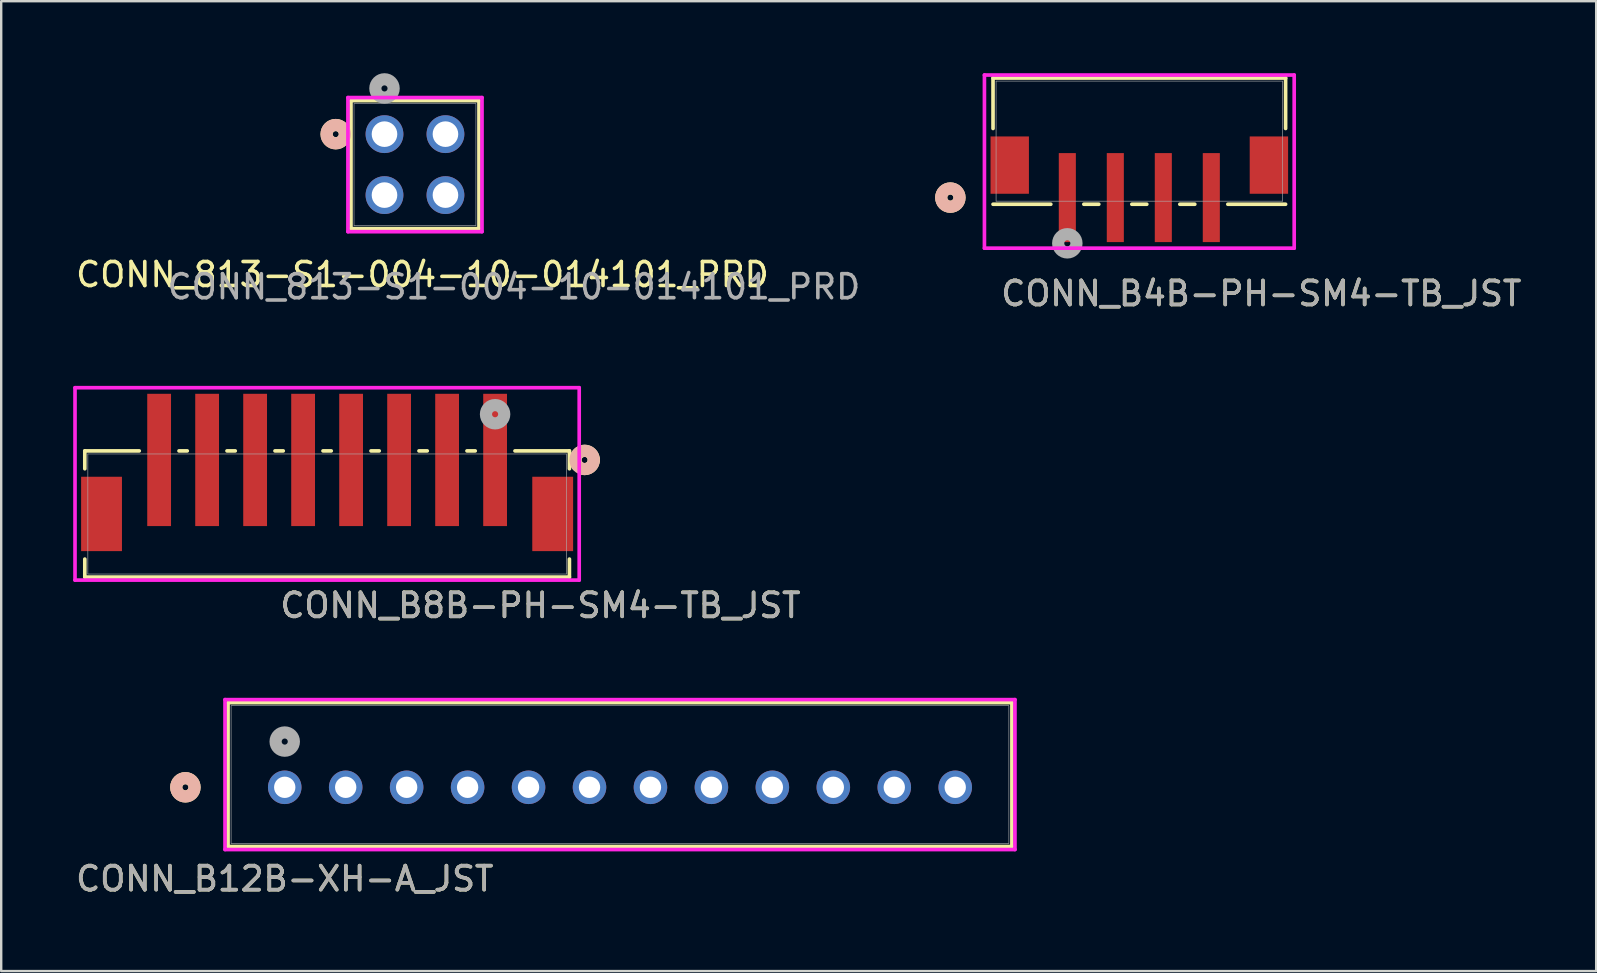
<source format=kicad_pcb>
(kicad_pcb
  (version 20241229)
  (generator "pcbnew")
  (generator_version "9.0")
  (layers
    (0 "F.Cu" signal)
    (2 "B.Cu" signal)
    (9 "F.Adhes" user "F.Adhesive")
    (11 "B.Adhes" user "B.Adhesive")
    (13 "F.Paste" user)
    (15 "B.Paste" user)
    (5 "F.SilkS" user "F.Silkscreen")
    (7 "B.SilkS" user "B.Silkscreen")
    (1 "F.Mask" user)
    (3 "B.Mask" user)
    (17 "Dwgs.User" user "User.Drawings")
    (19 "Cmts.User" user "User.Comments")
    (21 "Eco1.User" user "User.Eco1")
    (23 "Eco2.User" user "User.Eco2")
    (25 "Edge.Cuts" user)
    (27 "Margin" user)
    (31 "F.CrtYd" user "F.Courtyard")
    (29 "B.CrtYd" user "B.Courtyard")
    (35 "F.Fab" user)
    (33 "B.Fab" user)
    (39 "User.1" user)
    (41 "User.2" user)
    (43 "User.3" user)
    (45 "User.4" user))
  (footprint "CONN_B4B-PH-SM4-TB_JST"
    (layer "F.Cu")
    (at 44.426 2.832)
    (property "Reference" "CONN_B4B-PH-SM4-TB_JST" (at 5.08 6.35 0) (unlocked yes) (layer "F.SilkS") (effects (font (size 1 1) (thickness 0.15))))
    (attr smd)
    (fp_line (start -6.096 -2.629) (end -6.096 -0.528) (stroke (width 0.152) (type solid)) (layer "F.SilkS"))
    (fp_line (start -6.096 2.629) (end -3.688 2.629) (stroke (width 0.152) (type solid)) (layer "F.SilkS"))
    (fp_line (start -2.312 2.629) (end -1.688 2.629) (stroke (width 0.152) (type solid)) (layer "F.SilkS"))
    (fp_line (start -0.312 2.629) (end 0.312 2.629) (stroke (width 0.152) (type solid)) (layer "F.SilkS"))
    (fp_line (start 1.688 2.629) (end 2.312 2.629) (stroke (width 0.152) (type solid)) (layer "F.SilkS"))
    (fp_line (start 3.688 2.629) (end 6.096 2.629) (stroke (width 0.152) (type solid)) (layer "F.SilkS"))
    (fp_line (start 6.096 -2.629) (end -6.096 -2.629) (stroke (width 0.152) (type solid)) (layer "F.SilkS"))
    (fp_line (start 6.096 -0.528) (end 6.096 -2.629) (stroke (width 0.152) (type solid)) (layer "F.SilkS"))
    (fp_circle (center -7.874 2.352) (end -7.493 2.352) (stroke (width 0.508) (type solid)) (fill no) (layer "F.SilkS"))
    (fp_circle (center -7.874 2.352) (end -7.493 2.352) (stroke (width 0.508) (type solid)) (fill no) (layer "B.SilkS"))
    (fp_line (start -6.454 -2.756) (end -6.454 4.46) (stroke (width 0.152) (type solid)) (layer "F.CrtYd"))
    (fp_line (start -6.454 4.46) (end 6.454 4.46) (stroke (width 0.152) (type solid)) (layer "F.CrtYd"))
    (fp_line (start 6.454 -2.756) (end -6.454 -2.756) (stroke (width 0.152) (type solid)) (layer "F.CrtYd"))
    (fp_line (start 6.454 4.46) (end 6.454 -2.756) (stroke (width 0.152) (type solid)) (layer "F.CrtYd"))
    (fp_line (start -5.969 -2.502) (end -5.969 2.502) (stroke (width 0.025) (type solid)) (layer "F.Fab"))
    (fp_line (start -5.969 2.502) (end 5.969 2.502) (stroke (width 0.025) (type solid)) (layer "F.Fab"))
    (fp_line (start 5.969 -2.502) (end -5.969 -2.502) (stroke (width 0.025) (type solid)) (layer "F.Fab"))
    (fp_line (start 5.969 2.502) (end 5.969 -2.502) (stroke (width 0.025) (type solid)) (layer "F.Fab"))
    (fp_circle (center -3 4.257) (end -2.619 4.257) (stroke (width 0.508) (type solid)) (fill no) (layer "F.Fab"))
    (fp_text user "${REFERENCE}" (at 5.08 6.35 0) (unlocked yes) (layer "F.Fab") (effects (font (size 1 1) (thickness 0.15))))
    (pad "1" smd rect (at -3 2.352) (size 0.711 3.708) (layers "F.Cu" "F.Mask" "F.Paste"))
    (pad "2" smd rect (at -1 2.352) (size 0.711 3.708) (layers "F.Cu" "F.Mask" "F.Paste"))
    (pad "3" smd rect (at 1 2.352) (size 0.711 3.708) (layers "F.Cu" "F.Mask" "F.Paste"))
    (pad "4" smd rect (at 3 2.352) (size 0.711 3.708) (layers "F.Cu" "F.Mask" "F.Paste"))
    (pad "5" smd rect (at -5.4 0.998) (size 1.6 2.388) (layers "F.Cu" "F.Mask" "F.Paste"))
    (pad "6" smd rect (at 5.4 0.998) (size 1.6 2.388) (layers "F.Cu" "F.Mask" "F.Paste")))
  (footprint "CONN_813-S1-004-10-014101_PRD"
    (layer "F.Cu")
    (at 12.972 2.54)
    (property "Reference" "CONN_813-S1-004-10-014101_PRD" (at 1.582 5.852 0) (unlocked yes) (layer "F.SilkS") (effects (font (size 1 1) (thickness 0.15))))
    (attr through_hole)
    (fp_line (start -1.397 -1.397) (end -1.397 3.937) (stroke (width 0.152) (type solid)) (layer "F.SilkS"))
    (fp_line (start -1.397 3.937) (end 3.937 3.937) (stroke (width 0.152) (type solid)) (layer "F.SilkS"))
    (fp_line (start 3.937 -1.397) (end -1.397 -1.397) (stroke (width 0.152) (type solid)) (layer "F.SilkS"))
    (fp_line (start 3.937 3.937) (end 3.937 -1.397) (stroke (width 0.152) (type solid)) (layer "F.SilkS"))
    (fp_circle (center -2.032 0) (end -1.651 0) (stroke (width 0.508) (type solid)) (fill no) (layer "F.SilkS"))
    (fp_circle (center -2.032 0) (end -1.651 0) (stroke (width 0.508) (type solid)) (fill no) (layer "B.SilkS"))
    (fp_line (start -1.524 -1.524) (end -1.524 4.064) (stroke (width 0.152) (type solid)) (layer "F.CrtYd"))
    (fp_line (start -1.524 4.064) (end 4.064 4.064) (stroke (width 0.152) (type solid)) (layer "F.CrtYd"))
    (fp_line (start 4.064 -1.524) (end -1.524 -1.524) (stroke (width 0.152) (type solid)) (layer "F.CrtYd"))
    (fp_line (start 4.064 4.064) (end 4.064 -1.524) (stroke (width 0.152) (type solid)) (layer "F.CrtYd"))
    (fp_line (start -1.27 -1.27) (end -1.27 3.81) (stroke (width 0.025) (type solid)) (layer "F.Fab"))
    (fp_line (start -1.27 3.81) (end 3.81 3.81) (stroke (width 0.025) (type solid)) (layer "F.Fab"))
    (fp_line (start 3.81 -1.27) (end -1.27 -1.27) (stroke (width 0.025) (type solid)) (layer "F.Fab"))
    (fp_line (start 3.81 3.81) (end 3.81 -1.27) (stroke (width 0.025) (type solid)) (layer "F.Fab"))
    (fp_circle (center 0 -1.905) (end 0.381 -1.905) (stroke (width 0.508) (type solid)) (fill no) (layer "F.Fab"))
    (fp_text user "${REFERENCE}" (at 5.392 6.36 0) (unlocked yes) (layer "F.Fab") (effects (font (size 1 1) (thickness 0.15))))
    (pad "1" thru_hole circle (at 0 0) (size 1.575 1.575) (drill 1.067) (layers "*.Cu" "*.Mask"))
    (pad "2" thru_hole circle (at 0 2.54) (size 1.575 1.575) (drill 1.067) (layers "*.Cu" "*.Mask"))
    (pad "3" thru_hole circle (at 2.54 0) (size 1.575 1.575) (drill 1.067) (layers "*.Cu" "*.Mask"))
    (pad "4" thru_hole circle (at 2.54 2.54) (size 1.575 1.575) (drill 1.067) (layers "*.Cu" "*.Mask")))
  (footprint "CONN_B12B-XH-A_JST"
    (layer "F.Cu")
    (at 8.815 29.757)
    (property "Reference" "CONN_B12B-XH-A_JST" (at 0 3.81 0) (unlocked yes) (layer "F.SilkS") (effects (font (size 1 1) (thickness 0.15))))
    (attr through_hole)
    (fp_line (start -2.362 -3.527) (end -2.362 2.467) (stroke (width 0.152) (type solid)) (layer "F.SilkS"))
    (fp_line (start -2.362 2.467) (end 30.302 2.467) (stroke (width 0.152) (type solid)) (layer "F.SilkS"))
    (fp_line (start 30.302 -3.527) (end -2.362 -3.527) (stroke (width 0.152) (type solid)) (layer "F.SilkS"))
    (fp_line (start 30.302 2.467) (end 30.302 -3.527) (stroke (width 0.152) (type solid)) (layer "F.SilkS"))
    (fp_circle (center -4.14 0) (end -3.759 0) (stroke (width 0.508) (type solid)) (fill no) (layer "F.SilkS"))
    (fp_circle (center -4.14 0) (end -3.759 0) (stroke (width 0.508) (type solid)) (fill no) (layer "B.SilkS"))
    (fp_line (start -2.489 -3.654) (end -2.489 2.594) (stroke (width 0.152) (type solid)) (layer "F.CrtYd"))
    (fp_line (start -2.489 2.594) (end 30.429 2.594) (stroke (width 0.152) (type solid)) (layer "F.CrtYd"))
    (fp_line (start 30.429 -3.654) (end -2.489 -3.654) (stroke (width 0.152) (type solid)) (layer "F.CrtYd"))
    (fp_line (start 30.429 2.594) (end 30.429 -3.654) (stroke (width 0.152) (type solid)) (layer "F.CrtYd"))
    (fp_line (start -2.235 -3.4) (end -2.235 2.34) (stroke (width 0.025) (type solid)) (layer "F.Fab"))
    (fp_line (start -2.235 2.34) (end 30.175 2.34) (stroke (width 0.025) (type solid)) (layer "F.Fab"))
    (fp_line (start 30.175 -3.4) (end -2.235 -3.4) (stroke (width 0.025) (type solid)) (layer "F.Fab"))
    (fp_line (start 30.175 2.34) (end 30.175 -3.4) (stroke (width 0.025) (type solid)) (layer "F.Fab"))
    (fp_circle (center 0 -1.905) (end 0.381 -1.905) (stroke (width 0.508) (type solid)) (fill no) (layer "F.Fab"))
    (fp_text user "${REFERENCE}" (at 0 3.81 0) (unlocked yes) (layer "F.Fab") (effects (font (size 1 1) (thickness 0.15))))
    (pad "1" thru_hole circle (at 0 0) (size 1.397 1.397) (drill 0.889) (layers "*.Cu" "*.Mask"))
    (pad "2" thru_hole circle (at 2.54 0) (size 1.397 1.397) (drill 0.889) (layers "*.Cu" "*.Mask"))
    (pad "3" thru_hole circle (at 5.08 0) (size 1.397 1.397) (drill 0.889) (layers "*.Cu" "*.Mask"))
    (pad "4" thru_hole circle (at 7.62 0) (size 1.397 1.397) (drill 0.889) (layers "*.Cu" "*.Mask"))
    (pad "5" thru_hole circle (at 10.16 0) (size 1.397 1.397) (drill 0.889) (layers "*.Cu" "*.Mask"))
    (pad "6" thru_hole circle (at 12.7 0) (size 1.397 1.397) (drill 0.889) (layers "*.Cu" "*.Mask"))
    (pad "7" thru_hole circle (at 15.24 0) (size 1.397 1.397) (drill 0.889) (layers "*.Cu" "*.Mask"))
    (pad "8" thru_hole circle (at 17.78 0) (size 1.397 1.397) (drill 0.889) (layers "*.Cu" "*.Mask"))
    (pad "9" thru_hole circle (at 20.32 0) (size 1.397 1.397) (drill 0.889) (layers "*.Cu" "*.Mask"))
    (pad "10" thru_hole circle (at 22.86 0) (size 1.397 1.397) (drill 0.889) (layers "*.Cu" "*.Mask"))
    (pad "11" thru_hole circle (at 25.4 0) (size 1.397 1.397) (drill 0.889) (layers "*.Cu" "*.Mask"))
    (pad "12" thru_hole circle (at 27.94 0) (size 1.397 1.397) (drill 0.889) (layers "*.Cu" "*.Mask")))
  (footprint "CONN_B8B-PH-SM4-TB_JST"
    (layer "F.Cu")
    (at 10.581 18.368)
    (property "Reference" "CONN_B8B-PH-SM4-TB_JST" (at 8.89 3.81 0) (unlocked yes) (layer "F.SilkS") (effects (font (size 1 1) (thickness 0.15))))
    (attr smd)
    (fp_line (start -10.097 -2.629) (end -10.097 -1.884) (stroke (width 0.152) (type solid)) (layer "F.SilkS"))
    (fp_line (start -10.097 1.88) (end -10.097 2.629) (stroke (width 0.152) (type solid)) (layer "F.SilkS"))
    (fp_line (start -10.097 2.629) (end 10.097 2.629) (stroke (width 0.152) (type solid)) (layer "F.SilkS"))
    (fp_line (start -7.828 -2.629) (end -10.097 -2.629) (stroke (width 0.152) (type solid)) (layer "F.SilkS"))
    (fp_line (start -5.828 -2.629) (end -6.172 -2.629) (stroke (width 0.152) (type solid)) (layer "F.SilkS"))
    (fp_line (start -3.828 -2.629) (end -4.172 -2.629) (stroke (width 0.152) (type solid)) (layer "F.SilkS"))
    (fp_line (start -1.828 -2.629) (end -2.172 -2.629) (stroke (width 0.152) (type solid)) (layer "F.SilkS"))
    (fp_line (start 0.172 -2.629) (end -0.172 -2.629) (stroke (width 0.152) (type solid)) (layer "F.SilkS"))
    (fp_line (start 2.172 -2.629) (end 1.828 -2.629) (stroke (width 0.152) (type solid)) (layer "F.SilkS"))
    (fp_line (start 4.172 -2.629) (end 3.828 -2.629) (stroke (width 0.152) (type solid)) (layer "F.SilkS"))
    (fp_line (start 6.172 -2.629) (end 5.828 -2.629) (stroke (width 0.152) (type solid)) (layer "F.SilkS"))
    (fp_line (start 10.097 -2.629) (end 7.828 -2.629) (stroke (width 0.152) (type solid)) (layer "F.SilkS"))
    (fp_line (start 10.097 -1.884) (end 10.097 -2.629) (stroke (width 0.152) (type solid)) (layer "F.SilkS"))
    (fp_line (start 10.097 2.629) (end 10.097 1.88) (stroke (width 0.152) (type solid)) (layer "F.SilkS"))
    (fp_arc (start 10.41953 -2.033186) (mid 10.616826 -2.615233) (end 11.1125 -2.2519) (stroke (width 0.508) (type solid)) (layer "F.SilkS"))
    (fp_arc (start 11.1125 -2.2519) (mid 10.966244 -1.951806) (end 10.639765 -1.882109) (stroke (width 0.508) (type solid)) (layer "F.SilkS"))
    (fp_circle (center 10.732 -2.252) (end 11.113 -2.252) (stroke (width 0.508) (type solid)) (fill no) (layer "B.SilkS"))
    (fp_line (start -10.505 -5.262) (end -10.505 2.756) (stroke (width 0.152) (type solid)) (layer "F.CrtYd"))
    (fp_line (start -10.505 2.756) (end 10.505 2.756) (stroke (width 0.152) (type solid)) (layer "F.CrtYd"))
    (fp_line (start 10.505 -5.262) (end -10.505 -5.262) (stroke (width 0.152) (type solid)) (layer "F.CrtYd"))
    (fp_line (start 10.505 2.756) (end 10.505 -5.262) (stroke (width 0.152) (type solid)) (layer "F.CrtYd"))
    (fp_line (start -9.97 -2.502) (end -9.97 2.502) (stroke (width 0.025) (type solid)) (layer "F.Fab"))
    (fp_line (start -9.97 2.502) (end 9.97 2.502) (stroke (width 0.025) (type solid)) (layer "F.Fab"))
    (fp_line (start 9.97 -2.502) (end -9.97 -2.502) (stroke (width 0.025) (type solid)) (layer "F.Fab"))
    (fp_line (start 9.97 2.502) (end 9.97 -2.502) (stroke (width 0.025) (type solid)) (layer "F.Fab"))
    (fp_circle (center 7 -4.157) (end 7.381 -4.157) (stroke (width 0.508) (type solid)) (fill no) (layer "F.Fab"))
    (fp_text user "${REFERENCE}" (at 8.89 3.81 0) (unlocked yes) (layer "F.Fab") (effects (font (size 1 1) (thickness 0.15))))
    (pad "1" smd rect (at 7 -2.252) (size 0.991 5.512) (layers "F.Cu" "F.Mask" "F.Paste"))
    (pad "2" smd rect (at 5 -2.252) (size 0.991 5.512) (layers "F.Cu" "F.Mask" "F.Paste"))
    (pad "3" smd rect (at 3 -2.252) (size 0.991 5.512) (layers "F.Cu" "F.Mask" "F.Paste"))
    (pad "4" smd rect (at 1 -2.252) (size 0.991 5.512) (layers "F.Cu" "F.Mask" "F.Paste"))
    (pad "5" smd rect (at -1 -2.252) (size 0.991 5.512) (layers "F.Cu" "F.Mask" "F.Paste"))
    (pad "6" smd rect (at -3 -2.252) (size 0.991 5.512) (layers "F.Cu" "F.Mask" "F.Paste"))
    (pad "7" smd rect (at -5 -2.252) (size 0.991 5.512) (layers "F.Cu" "F.Mask" "F.Paste"))
    (pad "8" smd rect (at -7 -2.252) (size 0.991 5.512) (layers "F.Cu" "F.Mask" "F.Paste"))
    (pad "9" smd rect (at -9.4 -0.002) (size 1.702 3.099) (layers "F.Cu" "F.Mask" "F.Paste"))
    (pad "10" smd rect (at 9.4 -0.002) (size 1.702 3.099) (layers "F.Cu" "F.Mask" "F.Paste")))
  (gr_rect
    (start -3 -3)
    (end 63.464 37.415)
    (stroke (width 0.1) (type default))
    (fill no)
    (layer "Edge.Cuts")))
</source>
